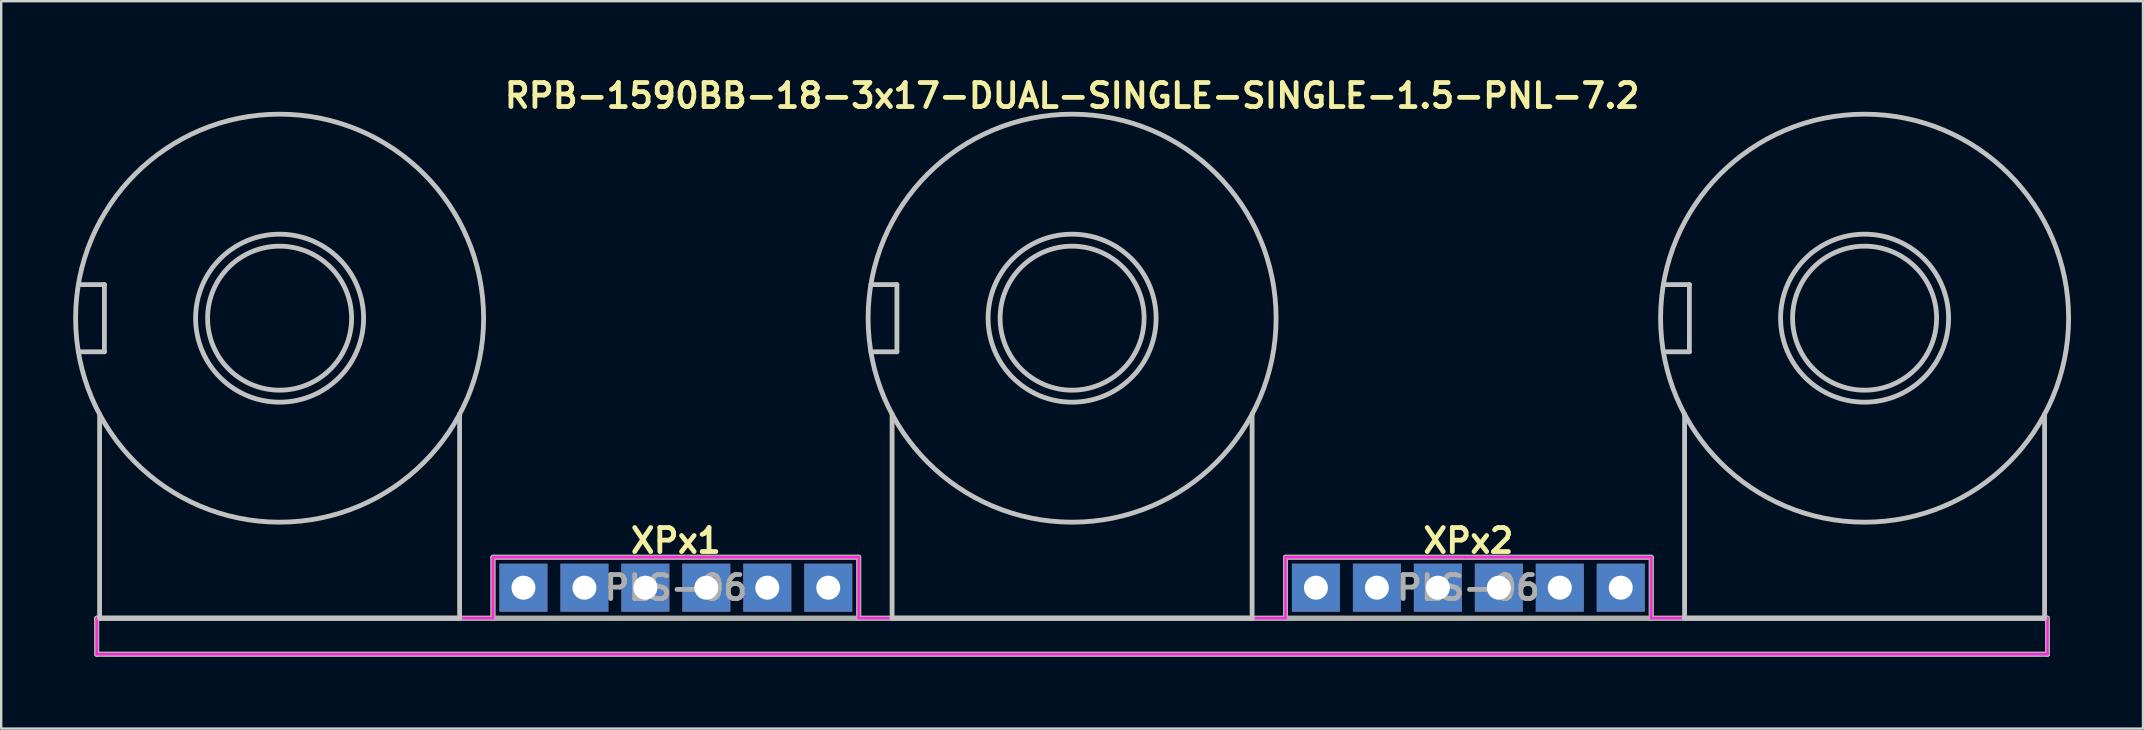
<source format=kicad_pcb>
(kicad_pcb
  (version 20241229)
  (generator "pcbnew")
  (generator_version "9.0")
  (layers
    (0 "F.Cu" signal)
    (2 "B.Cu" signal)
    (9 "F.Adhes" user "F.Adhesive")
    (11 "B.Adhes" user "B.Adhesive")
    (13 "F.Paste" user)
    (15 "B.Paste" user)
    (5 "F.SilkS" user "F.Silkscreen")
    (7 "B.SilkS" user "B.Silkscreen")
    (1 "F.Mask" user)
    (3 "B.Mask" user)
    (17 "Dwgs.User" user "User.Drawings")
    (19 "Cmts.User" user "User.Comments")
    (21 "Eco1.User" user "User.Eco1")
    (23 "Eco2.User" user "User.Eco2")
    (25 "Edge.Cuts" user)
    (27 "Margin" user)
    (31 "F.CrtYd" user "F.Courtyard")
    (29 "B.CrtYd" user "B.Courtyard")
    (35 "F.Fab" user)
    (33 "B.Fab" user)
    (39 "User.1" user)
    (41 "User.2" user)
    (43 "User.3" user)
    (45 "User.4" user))
  (footprint "RPB-1590BB-18-3x17-DUAL-SINGLE-SINGLE-1.5-PNL-7.2"
    (layer "F.Cu")
    (at 41.62 10.207)
    (property "Reference" "RPB-1590BB-18-3x17-DUAL-SINGLE-SINGLE-1.5-PNL-7.2" (at 0 -9.271 0) (layer "F.SilkS") (effects (font (size 1 1) (thickness 0.2))))
    (attr through_hole)
    (fp_line (start -40.64 12.5) (end -40.64 14) (stroke (width 0.2) (type solid)) (layer "F.SilkS"))
    (fp_line (start -40.64 12.5) (end 40.64 12.5) (stroke (width 0.2) (type solid)) (layer "F.SilkS"))
    (fp_line (start -40.64 14) (end 40.64 14) (stroke (width 0.2) (type solid)) (layer "F.SilkS"))
    (fp_line (start -24.13 9.96) (end -24.13 12.5) (stroke (width 0.2) (type solid)) (layer "F.SilkS"))
    (fp_line (start -24.13 9.96) (end -8.89 9.96) (stroke (width 0.2) (type solid)) (layer "F.SilkS"))
    (fp_line (start -8.89 9.96) (end -8.89 12.5) (stroke (width 0.2) (type solid)) (layer "F.SilkS"))
    (fp_line (start 8.89 9.96) (end 8.89 12.5) (stroke (width 0.2) (type solid)) (layer "F.SilkS"))
    (fp_line (start 8.89 9.96) (end 24.13 9.96) (stroke (width 0.2) (type solid)) (layer "F.SilkS"))
    (fp_line (start 24.13 9.96) (end 24.13 12.5) (stroke (width 0.2) (type solid)) (layer "F.SilkS"))
    (fp_line (start 40.64 12.5) (end 40.64 14) (stroke (width 0.2) (type solid)) (layer "F.SilkS"))
    (fp_line (start -41.404 -1.4) (end -40.32 -1.4) (stroke (width 0.2) (type solid)) (layer "Dwgs.User"))
    (fp_line (start -41.404 1.4) (end -40.32 1.4) (stroke (width 0.2) (type solid)) (layer "Dwgs.User"))
    (fp_line (start -40.52 4) (end -40.52 12.5) (stroke (width 0.2) (type solid)) (layer "Dwgs.User"))
    (fp_line (start -40.52 12.5) (end -25.52 12.5) (stroke (width 0.2) (type solid)) (layer "Dwgs.User"))
    (fp_line (start -40.32 -1.4) (end -40.32 1.4) (stroke (width 0.2) (type solid)) (layer "Dwgs.User"))
    (fp_line (start -25.52 4) (end -25.52 12.5) (stroke (width 0.2) (type solid)) (layer "Dwgs.User"))
    (fp_line (start -8.384 -1.4) (end -7.3 -1.4) (stroke (width 0.2) (type solid)) (layer "Dwgs.User"))
    (fp_line (start -8.384 1.4) (end -7.3 1.4) (stroke (width 0.2) (type solid)) (layer "Dwgs.User"))
    (fp_line (start -7.5 4) (end -7.5 12.5) (stroke (width 0.2) (type solid)) (layer "Dwgs.User"))
    (fp_line (start -7.5 12.5) (end 7.5 12.5) (stroke (width 0.2) (type solid)) (layer "Dwgs.User"))
    (fp_line (start -7.3 -1.4) (end -7.3 1.4) (stroke (width 0.2) (type solid)) (layer "Dwgs.User"))
    (fp_line (start 7.5 4) (end 7.5 12.5) (stroke (width 0.2) (type solid)) (layer "Dwgs.User"))
    (fp_line (start 24.636 -1.4) (end 25.72 -1.4) (stroke (width 0.2) (type solid)) (layer "Dwgs.User"))
    (fp_line (start 24.636 1.4) (end 25.72 1.4) (stroke (width 0.2) (type solid)) (layer "Dwgs.User"))
    (fp_line (start 25.52 4) (end 25.52 12.5) (stroke (width 0.2) (type solid)) (layer "Dwgs.User"))
    (fp_line (start 25.52 12.5) (end 40.52 12.5) (stroke (width 0.2) (type solid)) (layer "Dwgs.User"))
    (fp_line (start 25.72 -1.4) (end 25.72 1.4) (stroke (width 0.2) (type solid)) (layer "Dwgs.User"))
    (fp_line (start 40.52 4) (end 40.52 12.5) (stroke (width 0.2) (type solid)) (layer "Dwgs.User"))
    (fp_circle (center -33.02 0) (end -30.02 0) (stroke (width 0.2) (type solid)) (fill no) (layer "Dwgs.User"))
    (fp_circle (center -33.02 0) (end -29.52 0) (stroke (width 0.2) (type solid)) (fill no) (layer "Dwgs.User"))
    (fp_circle (center -33.02 0) (end -24.52 0) (stroke (width 0.2) (type solid)) (fill no) (layer "Dwgs.User"))
    (fp_circle (center 0 0) (end 3 0) (stroke (width 0.2) (type solid)) (fill no) (layer "Dwgs.User"))
    (fp_circle (center 0 0) (end 3.5 0) (stroke (width 0.2) (type solid)) (fill no) (layer "Dwgs.User"))
    (fp_circle (center 0 0) (end 8.5 0) (stroke (width 0.2) (type solid)) (fill no) (layer "Dwgs.User"))
    (fp_circle (center 33.02 0) (end 36.02 0) (stroke (width 0.2) (type solid)) (fill no) (layer "Dwgs.User"))
    (fp_circle (center 33.02 0) (end 36.52 0) (stroke (width 0.2) (type solid)) (fill no) (layer "Dwgs.User"))
    (fp_circle (center 33.02 0) (end 41.52 0) (stroke (width 0.2) (type solid)) (fill no) (layer "Dwgs.User"))
    (fp_circle (center -33.02 0) (end -29.42 0) (stroke (width 0.4) (type solid)) (fill no) (layer "Eco1.User"))
    (fp_circle (center 0 0) (end 3.6 0) (stroke (width 0.4) (type solid)) (fill no) (layer "Eco1.User"))
    (fp_circle (center 33.02 0) (end 36.62 0) (stroke (width 0.4) (type solid)) (fill no) (layer "Eco1.User"))
    (fp_line (start -40.64 12.5) (end -40.64 14) (stroke (width 0.1) (type solid)) (layer "F.CrtYd"))
    (fp_line (start -40.64 12.5) (end -24.13 12.5) (stroke (width 0.1) (type solid)) (layer "F.CrtYd"))
    (fp_line (start -40.64 14) (end 40.64 14) (stroke (width 0.1) (type solid)) (layer "F.CrtYd"))
    (fp_line (start -24.13 9.96) (end -24.13 12.5) (stroke (width 0.1) (type solid)) (layer "F.CrtYd"))
    (fp_line (start -24.13 9.96) (end -8.89 9.96) (stroke (width 0.1) (type solid)) (layer "F.CrtYd"))
    (fp_line (start -8.89 9.96) (end -8.89 12.5) (stroke (width 0.1) (type solid)) (layer "F.CrtYd"))
    (fp_line (start -8.89 12.5) (end 8.89 12.5) (stroke (width 0.1) (type solid)) (layer "F.CrtYd"))
    (fp_line (start 8.89 9.96) (end 8.89 12.5) (stroke (width 0.1) (type solid)) (layer "F.CrtYd"))
    (fp_line (start 8.89 9.96) (end 24.13 9.96) (stroke (width 0.1) (type solid)) (layer "F.CrtYd"))
    (fp_line (start 24.13 9.96) (end 24.13 12.5) (stroke (width 0.1) (type solid)) (layer "F.CrtYd"))
    (fp_line (start 24.13 12.5) (end 40.64 12.5) (stroke (width 0.1) (type solid)) (layer "F.CrtYd"))
    (fp_line (start 40.64 12.5) (end 40.64 14) (stroke (width 0.1) (type solid)) (layer "F.CrtYd"))
    (fp_line (start -40.64 12.5) (end -40.64 14) (stroke (width 0.2) (type solid)) (layer "F.Fab"))
    (fp_line (start -40.64 12.5) (end 40.64 12.5) (stroke (width 0.2) (type solid)) (layer "F.Fab"))
    (fp_line (start -40.64 14) (end 40.64 14) (stroke (width 0.2) (type solid)) (layer "F.Fab"))
    (fp_line (start -24.13 9.96) (end -24.13 12.5) (stroke (width 0.2) (type solid)) (layer "F.Fab"))
    (fp_line (start -24.13 9.96) (end -8.89 9.96) (stroke (width 0.2) (type solid)) (layer "F.Fab"))
    (fp_line (start -8.89 9.96) (end -8.89 12.5) (stroke (width 0.2) (type solid)) (layer "F.Fab"))
    (fp_line (start 8.89 9.96) (end 8.89 12.5) (stroke (width 0.2) (type solid)) (layer "F.Fab"))
    (fp_line (start 8.89 9.96) (end 24.13 9.96) (stroke (width 0.2) (type solid)) (layer "F.Fab"))
    (fp_line (start 24.13 9.96) (end 24.13 12.5) (stroke (width 0.2) (type solid)) (layer "F.Fab"))
    (fp_line (start 40.64 12.5) (end 40.64 14) (stroke (width 0.2) (type solid)) (layer "F.Fab"))
    (fp_text user "XPx2" (at 16.51 9.271 0) (layer "F.SilkS") (effects (font (size 1 1) (thickness 0.2))))
    (fp_text user "XPx1" (at -16.51 9.271 0) (layer "F.SilkS") (effects (font (size 1 1) (thickness 0.2))))
    (fp_text user "PLS-06" (at 16.51 11.23 0) (layer "F.Fab") (effects (font (size 1 1) (thickness 0.2))))
    (fp_text user "PLS-06" (at -16.51 11.23 0) (layer "F.Fab") (effects (font (size 1 1) (thickness 0.2))))
    (pad "11" thru_hole rect (at -12.7 11.23) (size 2 2) (drill 1) (layers "B.Cu" "B.Mask"))
    (pad "12" thru_hole rect (at -17.78 11.23) (size 2 2) (drill 1) (layers "B.Cu" "B.Mask"))
    (pad "13" thru_hole rect (at -22.86 11.23) (size 2 2) (drill 1) (layers "B.Cu" "B.Mask"))
    (pad "14" thru_hole rect (at -10.16 11.23) (size 2 2) (drill 1) (layers "B.Cu" "B.Mask"))
    (pad "15" thru_hole rect (at -15.24 11.23) (size 2 2) (drill 1) (layers "B.Cu" "B.Mask"))
    (pad "16" thru_hole rect (at -20.32 11.23) (size 2 2) (drill 1) (layers "B.Cu" "B.Mask"))
    (pad "21" thru_hole rect (at 15.24 11.23) (size 2 2) (drill 1) (layers "B.Cu" "B.Mask"))
    (pad "22" thru_hole rect (at 12.7 11.23) (size 2 2) (drill 1) (layers "B.Cu" "B.Mask"))
    (pad "23" thru_hole rect (at 10.16 11.23) (size 2 2) (drill 1) (layers "B.Cu" "B.Mask"))
    (pad "31" thru_hole rect (at 22.86 11.23) (size 2 2) (drill 1) (layers "B.Cu" "B.Mask"))
    (pad "32" thru_hole rect (at 20.32 11.23) (size 2 2) (drill 1) (layers "B.Cu" "B.Mask"))
    (pad "33" thru_hole rect (at 17.78 11.23) (size 2 2) (drill 1) (layers "B.Cu" "B.Mask")))
  (gr_rect
    (start -3 -3)
    (end 86.24 27.307)
    (stroke (width 0.1) (type default))
    (fill no)
    (layer "Edge.Cuts")))
</source>
